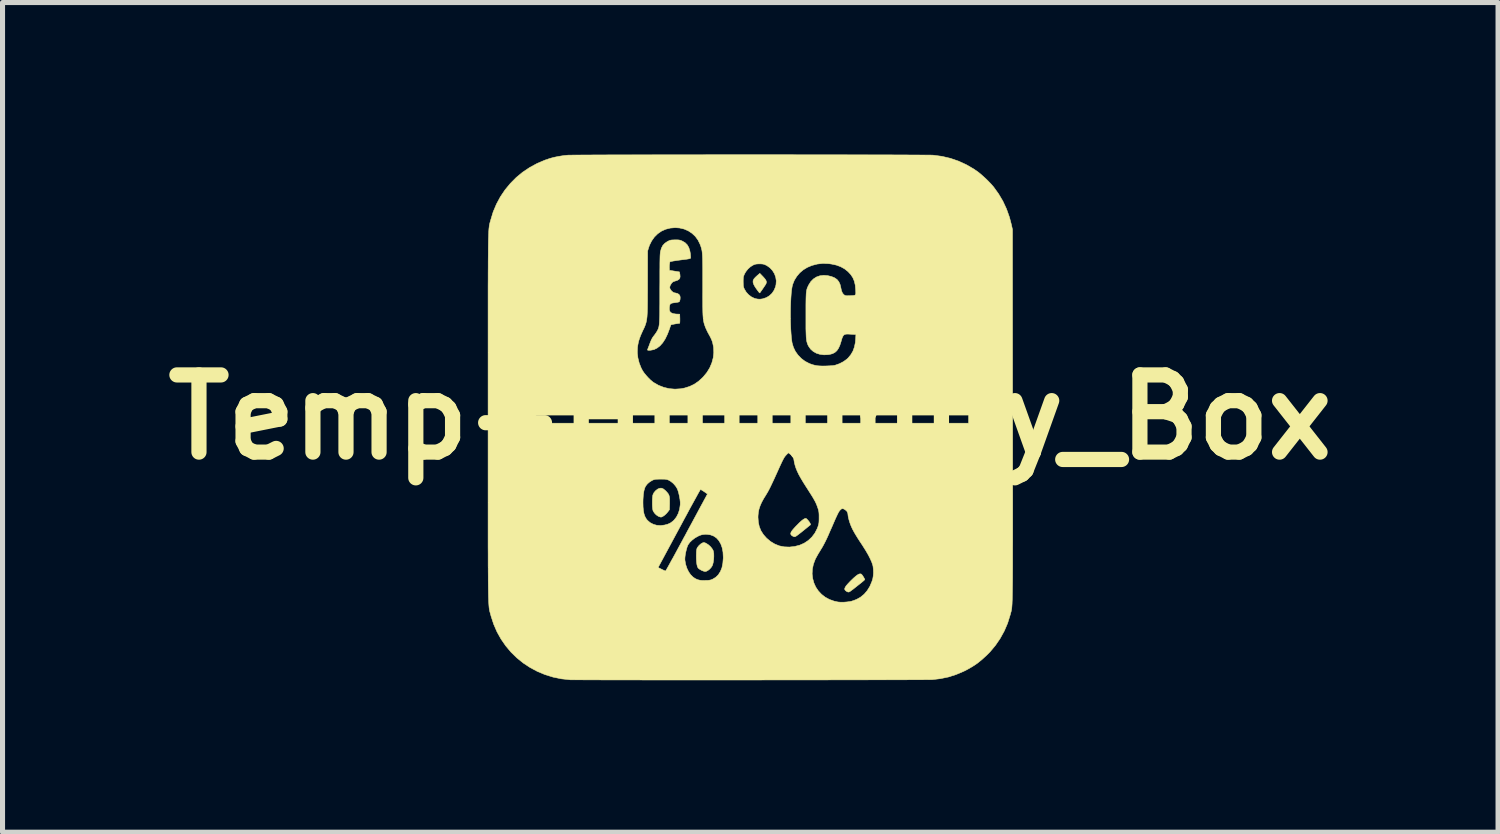
<source format=kicad_pcb>
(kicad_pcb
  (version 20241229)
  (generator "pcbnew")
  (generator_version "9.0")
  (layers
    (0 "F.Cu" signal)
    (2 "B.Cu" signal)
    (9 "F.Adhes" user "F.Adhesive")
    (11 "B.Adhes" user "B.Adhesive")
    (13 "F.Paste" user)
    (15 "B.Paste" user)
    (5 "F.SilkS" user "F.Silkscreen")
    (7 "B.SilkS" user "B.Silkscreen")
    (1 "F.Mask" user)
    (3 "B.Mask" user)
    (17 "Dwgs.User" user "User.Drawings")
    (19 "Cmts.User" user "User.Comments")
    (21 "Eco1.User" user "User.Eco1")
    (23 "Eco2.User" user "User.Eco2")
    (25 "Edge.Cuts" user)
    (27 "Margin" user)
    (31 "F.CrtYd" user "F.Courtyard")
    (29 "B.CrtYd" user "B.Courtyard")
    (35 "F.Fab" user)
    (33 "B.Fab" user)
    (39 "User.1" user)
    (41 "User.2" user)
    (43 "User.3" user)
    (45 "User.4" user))
  (footprint "Temp-Humidity_Box"
    (layer "F.Cu")
    (at 11.764 5.187)
    (property "Reference" "Temp-Humidity_Box" (at 0 0 0) (layer "F.SilkS") (effects (font (size 1.524 1.524) (thickness 0.3))))
    (attr through_hole)
    (fp_poly (pts (xy 0.25 -2.776) (xy 0.284 -2.738) (xy 0.306 -2.707) (xy 0.317 -2.682) (xy 0.318 -2.658) (xy 0.31 -2.634) (xy 0.309 -2.632) (xy 0.299 -2.615) (xy 0.282 -2.589) (xy 0.261 -2.558) (xy 0.238 -2.524) (xy 0.216 -2.493) (xy 0.198 -2.467) (xy 0.187 -2.453) (xy 0.18 -2.457) (xy 0.166 -2.473) (xy 0.147 -2.498) (xy 0.124 -2.53) (xy 0.119 -2.536) (xy 0.085 -2.588) (xy 0.064 -2.63) (xy 0.054 -2.666) (xy 0.056 -2.698) (xy 0.071 -2.729) (xy 0.099 -2.761) (xy 0.139 -2.798) (xy 0.14 -2.799) (xy 0.188 -2.84) (xy 0.25 -2.776)) (stroke (width 0.01) (type solid)) (fill yes) (layer "F.SilkS"))
    (fp_poly (pts (xy 1.109 2.004) (xy 1.126 2.021) (xy 1.146 2.043) (xy 1.165 2.068) (xy 1.18 2.093) (xy 1.189 2.113) (xy 1.189 2.124) (xy 1.189 2.124) (xy 1.173 2.137) (xy 1.147 2.158) (xy 1.114 2.185) (xy 1.077 2.215) (xy 1.037 2.247) (xy 1 2.277) (xy 0.966 2.303) (xy 0.94 2.323) (xy 0.924 2.335) (xy 0.896 2.354) (xy 0.875 2.361) (xy 0.855 2.357) (xy 0.832 2.345) (xy 0.811 2.33) (xy 0.8 2.313) (xy 0.798 2.293) (xy 0.806 2.269) (xy 0.826 2.238) (xy 0.857 2.201) (xy 0.9 2.154) (xy 0.918 2.136) (xy 0.969 2.084) (xy 1.012 2.045) (xy 1.046 2.019) (xy 1.074 2.003) (xy 1.095 1.998) (xy 1.095 1.998) (xy 1.109 2.004)) (stroke (width 0.01) (type solid)) (fill yes) (layer "F.SilkS"))
    (fp_poly (pts (xy 2.19 3.097) (xy 2.191 3.098) (xy 2.203 3.109) (xy 2.219 3.13) (xy 2.235 3.156) (xy 2.25 3.181) (xy 2.259 3.201) (xy 2.261 3.208) (xy 2.254 3.214) (xy 2.237 3.23) (xy 2.211 3.252) (xy 2.178 3.279) (xy 2.141 3.308) (xy 2.102 3.339) (xy 2.064 3.369) (xy 2.029 3.397) (xy 1.998 3.419) (xy 1.976 3.436) (xy 1.952 3.45) (xy 1.933 3.453) (xy 1.911 3.445) (xy 1.898 3.437) (xy 1.878 3.422) (xy 1.866 3.405) (xy 1.864 3.385) (xy 1.873 3.361) (xy 1.892 3.33) (xy 1.924 3.293) (xy 1.967 3.247) (xy 1.989 3.225) (xy 2.041 3.175) (xy 2.084 3.138) (xy 2.119 3.112) (xy 2.147 3.097) (xy 2.171 3.093) (xy 2.19 3.097)) (stroke (width 0.01) (type solid)) (fill yes) (layer "F.SilkS"))
    (fp_poly (pts (xy -1.75 1.402) (xy -1.717 1.416) (xy -1.682 1.444) (xy -1.664 1.461) (xy -1.638 1.49) (xy -1.618 1.516) (xy -1.605 1.543) (xy -1.597 1.575) (xy -1.593 1.615) (xy -1.593 1.667) (xy -1.593 1.703) (xy -1.596 1.826) (xy -1.633 1.875) (xy -1.661 1.907) (xy -1.693 1.936) (xy -1.725 1.958) (xy -1.753 1.971) (xy -1.765 1.973) (xy -1.783 1.969) (xy -1.808 1.96) (xy -1.818 1.955) (xy -1.858 1.928) (xy -1.893 1.891) (xy -1.918 1.851) (xy -1.923 1.836) (xy -1.928 1.809) (xy -1.932 1.77) (xy -1.934 1.723) (xy -1.934 1.672) (xy -1.933 1.623) (xy -1.93 1.579) (xy -1.926 1.546) (xy -1.923 1.534) (xy -1.904 1.493) (xy -1.872 1.454) (xy -1.832 1.422) (xy -1.815 1.413) (xy -1.781 1.402) (xy -1.75 1.402)) (stroke (width 0.01) (type solid)) (fill yes) (layer "F.SilkS"))
    (fp_poly (pts (xy -0.91 2.476) (xy -0.89 2.482) (xy -0.868 2.493) (xy -0.829 2.518) (xy -0.791 2.551) (xy -0.759 2.589) (xy -0.736 2.626) (xy -0.729 2.646) (xy -0.721 2.693) (xy -0.72 2.749) (xy -0.723 2.807) (xy -0.731 2.864) (xy -0.743 2.912) (xy -0.754 2.938) (xy -0.774 2.968) (xy -0.801 2.998) (xy -0.832 3.023) (xy -0.862 3.04) (xy -0.888 3.047) (xy -0.892 3.047) (xy -0.907 3.044) (xy -0.923 3.04) (xy -0.959 3.026) (xy -0.993 3.007) (xy -1.021 2.987) (xy -1.031 2.976) (xy -1.044 2.951) (xy -1.054 2.911) (xy -1.061 2.86) (xy -1.065 2.799) (xy -1.066 2.731) (xy -1.065 2.709) (xy -1.064 2.663) (xy -1.061 2.63) (xy -1.057 2.606) (xy -1.052 2.589) (xy -1.044 2.573) (xy -1.043 2.572) (xy -1.013 2.534) (xy -0.976 2.501) (xy -0.941 2.481) (xy -0.925 2.476) (xy -0.91 2.476)) (stroke (width 0.01) (type solid)) (fill yes) (layer "F.SilkS"))
    (fp_poly (pts (xy -1.44 -3.501) (xy -1.409 -3.499) (xy -1.385 -3.494) (xy -1.362 -3.486) (xy -1.34 -3.476) (xy -1.287 -3.445) (xy -1.245 -3.403) (xy -1.214 -3.349) (xy -1.193 -3.283) (xy -1.183 -3.228) (xy -1.18 -3.193) (xy -1.178 -3.163) (xy -1.178 -3.144) (xy -1.179 -3.14) (xy -1.185 -3.135) (xy -1.2 -3.13) (xy -1.227 -3.124) (xy -1.266 -3.118) (xy -1.319 -3.111) (xy -1.339 -3.109) (xy -1.392 -3.102) (xy -1.443 -3.095) (xy -1.488 -3.088) (xy -1.522 -3.083) (xy -1.541 -3.079) (xy -1.587 -3.069) (xy -1.594 -3.028) (xy -1.598 -2.992) (xy -1.599 -2.954) (xy -1.598 -2.943) (xy -1.596 -2.9) (xy -1.497 -2.884) (xy -1.398 -2.868) (xy -1.389 -2.817) (xy -1.386 -2.777) (xy -1.391 -2.746) (xy -1.408 -2.722) (xy -1.438 -2.703) (xy -1.483 -2.688) (xy -1.497 -2.684) (xy -1.526 -2.672) (xy -1.55 -2.651) (xy -1.558 -2.64) (xy -1.582 -2.6) (xy -1.591 -2.565) (xy -1.584 -2.533) (xy -1.562 -2.501) (xy -1.551 -2.489) (xy -1.524 -2.467) (xy -1.496 -2.455) (xy -1.479 -2.453) (xy -1.436 -2.442) (xy -1.407 -2.423) (xy -1.389 -2.394) (xy -1.388 -2.392) (xy -1.384 -2.359) (xy -1.387 -2.321) (xy -1.397 -2.288) (xy -1.398 -2.285) (xy -1.407 -2.277) (xy -1.426 -2.271) (xy -1.459 -2.265) (xy -1.489 -2.261) (xy -1.532 -2.255) (xy -1.56 -2.247) (xy -1.579 -2.235) (xy -1.589 -2.216) (xy -1.595 -2.186) (xy -1.598 -2.157) (xy -1.597 -2.115) (xy -1.585 -2.083) (xy -1.56 -2.06) (xy -1.522 -2.045) (xy -1.47 -2.037) (xy -1.452 -2.036) (xy -1.393 -2.034) (xy -1.39 -1.944) (xy -1.39 -1.907) (xy -1.391 -1.878) (xy -1.393 -1.859) (xy -1.395 -1.854) (xy -1.413 -1.852) (xy -1.441 -1.848) (xy -1.474 -1.843) (xy -1.507 -1.837) (xy -1.537 -1.831) (xy -1.558 -1.826) (xy -1.566 -1.823) (xy -1.571 -1.812) (xy -1.58 -1.79) (xy -1.59 -1.759) (xy -1.595 -1.744) (xy -1.635 -1.639) (xy -1.679 -1.547) (xy -1.728 -1.471) (xy -1.782 -1.41) (xy -1.84 -1.365) (xy -1.901 -1.335) (xy -1.966 -1.322) (xy -1.987 -1.321) (xy -2.013 -1.321) (xy -2.027 -1.324) (xy -2.03 -1.33) (xy -2.028 -1.336) (xy -2.023 -1.349) (xy -2.013 -1.375) (xy -2 -1.408) (xy -1.99 -1.436) (xy -1.972 -1.483) (xy -1.957 -1.519) (xy -1.943 -1.547) (xy -1.929 -1.572) (xy -1.912 -1.596) (xy -1.892 -1.621) (xy -1.869 -1.653) (xy -1.847 -1.687) (xy -1.831 -1.714) (xy -1.824 -1.73) (xy -1.817 -1.745) (xy -1.811 -1.762) (xy -1.806 -1.781) (xy -1.802 -1.803) (xy -1.798 -1.83) (xy -1.795 -1.863) (xy -1.793 -1.903) (xy -1.791 -1.951) (xy -1.789 -2.008) (xy -1.788 -2.076) (xy -1.788 -2.156) (xy -1.787 -2.248) (xy -1.787 -2.354) (xy -1.787 -2.475) (xy -1.787 -2.548) (xy -1.786 -2.676) (xy -1.786 -2.787) (xy -1.786 -2.883) (xy -1.785 -2.966) (xy -1.785 -3.037) (xy -1.784 -3.095) (xy -1.783 -3.144) (xy -1.782 -3.183) (xy -1.78 -3.215) (xy -1.778 -3.239) (xy -1.776 -3.257) (xy -1.774 -3.27) (xy -1.755 -3.337) (xy -1.727 -3.391) (xy -1.688 -3.433) (xy -1.639 -3.467) (xy -1.627 -3.473) (xy -1.601 -3.486) (xy -1.579 -3.494) (xy -1.556 -3.498) (xy -1.528 -3.5) (xy -1.489 -3.501) (xy -1.482 -3.501) (xy -1.44 -3.501)) (stroke (width 0.01) (type solid)) (fill yes) (layer "F.SilkS"))
    (fp_poly (pts (xy 0.31 -5.182) (xy 0.525 -5.182) (xy 0.739 -5.182) (xy 0.95 -5.181) (xy 1.158 -5.181) (xy 1.362 -5.181) (xy 1.562 -5.181) (xy 1.756 -5.181) (xy 1.945 -5.18) (xy 2.127 -5.18) (xy 2.303 -5.18) (xy 2.47 -5.179) (xy 2.629 -5.179) (xy 2.778 -5.179) (xy 2.918 -5.178) (xy 3.047 -5.178) (xy 3.164 -5.177) (xy 3.27 -5.177) (xy 3.363 -5.176) (xy 3.443 -5.176) (xy 3.508 -5.175) (xy 3.559 -5.175) (xy 3.594 -5.174) (xy 3.614 -5.173) (xy 3.615 -5.173) (xy 3.785 -5.15) (xy 3.951 -5.111) (xy 4.111 -5.056) (xy 4.264 -4.986) (xy 4.411 -4.901) (xy 4.503 -4.837) (xy 4.547 -4.801) (xy 4.598 -4.756) (xy 4.653 -4.706) (xy 4.706 -4.653) (xy 4.755 -4.602) (xy 4.795 -4.556) (xy 4.803 -4.547) (xy 4.901 -4.411) (xy 4.987 -4.266) (xy 5.059 -4.111) (xy 5.117 -3.948) (xy 5.154 -3.807) (xy 5.177 -3.704) (xy 5.179 -0.042) (xy 5.18 0.258) (xy 5.18 0.542) (xy 5.18 0.81) (xy 5.18 1.063) (xy 5.18 1.301) (xy 5.181 1.524) (xy 5.181 1.733) (xy 5.181 1.928) (xy 5.181 2.111) (xy 5.181 2.281) (xy 5.181 2.438) (xy 5.18 2.585) (xy 5.18 2.72) (xy 5.18 2.844) (xy 5.18 2.958) (xy 5.179 3.063) (xy 5.179 3.158) (xy 5.178 3.245) (xy 5.177 3.323) (xy 5.176 3.394) (xy 5.175 3.457) (xy 5.174 3.513) (xy 5.173 3.564) (xy 5.172 3.608) (xy 5.17 3.647) (xy 5.169 3.681) (xy 5.167 3.711) (xy 5.165 3.737) (xy 5.163 3.76) (xy 5.161 3.779) (xy 5.158 3.796) (xy 5.155 3.812) (xy 5.153 3.825) (xy 5.15 3.838) (xy 5.146 3.85) (xy 5.143 3.863) (xy 5.139 3.875) (xy 5.136 3.889) (xy 5.132 3.904) (xy 5.131 3.906) (xy 5.081 4.067) (xy 5.015 4.221) (xy 4.934 4.368) (xy 4.839 4.507) (xy 4.73 4.637) (xy 4.664 4.703) (xy 4.573 4.786) (xy 4.484 4.858) (xy 4.39 4.921) (xy 4.288 4.98) (xy 4.215 5.017) (xy 4.064 5.081) (xy 3.911 5.13) (xy 3.752 5.163) (xy 3.598 5.181) (xy 3.584 5.182) (xy 3.553 5.182) (xy 3.507 5.183) (xy 3.445 5.183) (xy 3.37 5.184) (xy 3.281 5.184) (xy 3.179 5.184) (xy 3.065 5.185) (xy 2.94 5.185) (xy 2.804 5.185) (xy 2.658 5.186) (xy 2.502 5.186) (xy 2.338 5.186) (xy 2.166 5.187) (xy 1.987 5.187) (xy 1.8 5.187) (xy 1.608 5.187) (xy 1.411 5.188) (xy 1.209 5.188) (xy 1.004 5.188) (xy 0.795 5.188) (xy 0.583 5.188) (xy 0.37 5.188) (xy 0.156 5.189) (xy -0.059 5.189) (xy -0.274 5.189) (xy -0.487 5.189) (xy -0.699 5.189) (xy -0.909 5.189) (xy -1.116 5.189) (xy -1.319 5.189) (xy -1.517 5.189) (xy -1.711 5.189) (xy -1.899 5.189) (xy -2.08 5.189) (xy -2.254 5.188) (xy -2.421 5.188) (xy -2.579 5.188) (xy -2.727 5.188) (xy -2.866 5.188) (xy -2.994 5.187) (xy -3.112 5.187) (xy -3.217 5.187) (xy -3.309 5.186) (xy -3.388 5.186) (xy -3.454 5.186) (xy -3.504 5.185) (xy -3.539 5.185) (xy -3.558 5.185) (xy -3.56 5.184) (xy -3.73 5.166) (xy -3.894 5.132) (xy -4.053 5.083) (xy -4.204 5.02) (xy -4.348 4.943) (xy -4.483 4.854) (xy -4.608 4.753) (xy -4.724 4.64) (xy -4.828 4.516) (xy -4.921 4.382) (xy -5.001 4.239) (xy -5.067 4.087) (xy -5.119 3.927) (xy -5.126 3.9) (xy -5.131 3.884) (xy -5.134 3.87) (xy -5.138 3.857) (xy -5.142 3.844) (xy -5.145 3.831) (xy -5.148 3.818) (xy -5.151 3.804) (xy -5.153 3.788) (xy -5.156 3.77) (xy -5.158 3.75) (xy -5.16 3.727) (xy -5.162 3.701) (xy -5.164 3.671) (xy -5.166 3.636) (xy -5.167 3.596) (xy -5.169 3.551) (xy -5.17 3.501) (xy -5.171 3.444) (xy -5.172 3.38) (xy -5.173 3.308) (xy -5.174 3.229) (xy -5.174 3.142) (xy -5.175 3.046) (xy -5.175 2.968) (xy -1.82 2.968) (xy -1.75 3.003) (xy -1.719 3.018) (xy -1.693 3.03) (xy -1.676 3.036) (xy -1.672 3.036) (xy -1.667 3.029) (xy -1.654 3.007) (xy -1.635 2.973) (xy -1.609 2.927) (xy -1.578 2.87) (xy -1.544 2.808) (xy -1.292 2.808) (xy -1.291 2.821) (xy -1.277 2.904) (xy -1.252 2.982) (xy -1.218 3.052) (xy -1.177 3.111) (xy -1.129 3.158) (xy -1.088 3.186) (xy -1.052 3.203) (xy -1.018 3.214) (xy -0.983 3.221) (xy -0.941 3.224) (xy -0.889 3.223) (xy -0.844 3.222) (xy -0.811 3.219) (xy -0.785 3.214) (xy -0.762 3.206) (xy -0.743 3.198) (xy -0.682 3.161) (xy -0.631 3.111) (xy -0.62 3.094) (xy 1.221 3.094) (xy 1.232 3.185) (xy 1.256 3.273) (xy 1.293 3.355) (xy 1.343 3.429) (xy 1.405 3.496) (xy 1.478 3.553) (xy 1.562 3.599) (xy 1.655 3.632) (xy 1.732 3.649) (xy 1.783 3.653) (xy 1.843 3.653) (xy 1.907 3.648) (xy 1.968 3.64) (xy 2.004 3.632) (xy 2.093 3.6) (xy 2.175 3.555) (xy 2.247 3.496) (xy 2.309 3.424) (xy 2.361 3.34) (xy 2.401 3.245) (xy 2.418 3.192) (xy 2.427 3.138) (xy 2.432 3.075) (xy 2.43 3.009) (xy 2.424 2.949) (xy 2.418 2.921) (xy 2.399 2.865) (xy 2.369 2.797) (xy 2.33 2.72) (xy 2.28 2.634) (xy 2.222 2.542) (xy 2.212 2.526) (xy 2.16 2.448) (xy 2.117 2.381) (xy 2.082 2.324) (xy 2.053 2.275) (xy 2.029 2.231) (xy 2.009 2.191) (xy 1.995 2.16) (xy 1.978 2.119) (xy 1.962 2.073) (xy 1.948 2.026) (xy 1.938 1.984) (xy 1.931 1.951) (xy 1.93 1.937) (xy 1.924 1.892) (xy 1.905 1.855) (xy 1.873 1.828) (xy 1.843 1.811) (xy 1.821 1.805) (xy 1.802 1.81) (xy 1.782 1.827) (xy 1.778 1.83) (xy 1.768 1.841) (xy 1.757 1.855) (xy 1.746 1.872) (xy 1.734 1.894) (xy 1.719 1.924) (xy 1.701 1.962) (xy 1.679 2.01) (xy 1.653 2.07) (xy 1.621 2.144) (xy 1.609 2.172) (xy 1.571 2.257) (xy 1.54 2.329) (xy 1.512 2.391) (xy 1.487 2.443) (xy 1.463 2.49) (xy 1.44 2.533) (xy 1.417 2.574) (xy 1.391 2.616) (xy 1.374 2.645) (xy 1.347 2.688) (xy 1.322 2.732) (xy 1.3 2.772) (xy 1.283 2.804) (xy 1.282 2.807) (xy 1.246 2.903) (xy 1.226 2.999) (xy 1.221 3.094) (xy -0.62 3.094) (xy -0.59 3.047) (xy -0.56 2.972) (xy -0.542 2.884) (xy -0.534 2.784) (xy -0.534 2.762) (xy -0.539 2.664) (xy -0.556 2.576) (xy -0.583 2.501) (xy -0.621 2.437) (xy -0.667 2.385) (xy -0.723 2.347) (xy -0.787 2.323) (xy -0.859 2.313) (xy -0.901 2.314) (xy -0.939 2.318) (xy -0.971 2.325) (xy -1.004 2.337) (xy -1.036 2.352) (xy -1.095 2.386) (xy -1.148 2.427) (xy -1.193 2.47) (xy -1.225 2.514) (xy -1.232 2.526) (xy -1.247 2.563) (xy -1.261 2.611) (xy -1.274 2.664) (xy -1.284 2.718) (xy -1.29 2.768) (xy -1.292 2.808) (xy -1.544 2.808) (xy -1.541 2.804) (xy -1.5 2.729) (xy -1.455 2.646) (xy -1.407 2.557) (xy -1.356 2.463) (xy -1.303 2.364) (xy -1.301 2.362) (xy -1.247 2.26) (xy -1.194 2.162) (xy -1.143 2.068) (xy -1.095 1.978) (xy -1.094 1.977) (xy 0.152 1.977) (xy 0.159 2.074) (xy 0.178 2.162) (xy 0.211 2.243) (xy 0.259 2.318) (xy 0.321 2.388) (xy 0.399 2.454) (xy 0.484 2.505) (xy 0.574 2.541) (xy 0.671 2.56) (xy 0.773 2.564) (xy 0.877 2.552) (xy 0.975 2.527) (xy 1.065 2.487) (xy 1.145 2.434) (xy 1.215 2.368) (xy 1.274 2.291) (xy 1.32 2.202) (xy 1.335 2.163) (xy 1.344 2.133) (xy 1.351 2.108) (xy 1.355 2.082) (xy 1.357 2.05) (xy 1.358 2.009) (xy 1.358 1.981) (xy 1.358 1.932) (xy 1.356 1.895) (xy 1.353 1.866) (xy 1.347 1.838) (xy 1.339 1.809) (xy 1.334 1.795) (xy 1.322 1.76) (xy 1.31 1.728) (xy 1.296 1.696) (xy 1.28 1.663) (xy 1.26 1.627) (xy 1.236 1.585) (xy 1.205 1.535) (xy 1.168 1.477) (xy 1.123 1.406) (xy 1.108 1.383) (xy 1.049 1.29) (xy 1 1.208) (xy 0.959 1.135) (xy 0.927 1.068) (xy 0.902 1.007) (xy 0.883 0.948) (xy 0.869 0.89) (xy 0.863 0.855) (xy 0.858 0.823) (xy 0.852 0.797) (xy 0.848 0.782) (xy 0.848 0.781) (xy 0.838 0.771) (xy 0.82 0.755) (xy 0.797 0.737) (xy 0.751 0.703) (xy 0.707 0.749) (xy 0.691 0.767) (xy 0.675 0.788) (xy 0.66 0.813) (xy 0.643 0.845) (xy 0.622 0.887) (xy 0.597 0.941) (xy 0.593 0.949) (xy 0.547 1.051) (xy 0.507 1.139) (xy 0.473 1.214) (xy 0.443 1.278) (xy 0.418 1.331) (xy 0.396 1.377) (xy 0.377 1.415) (xy 0.36 1.447) (xy 0.345 1.475) (xy 0.33 1.5) (xy 0.316 1.523) (xy 0.313 1.529) (xy 0.262 1.611) (xy 0.222 1.685) (xy 0.193 1.752) (xy 0.172 1.816) (xy 0.159 1.879) (xy 0.153 1.944) (xy 0.152 1.977) (xy -1.094 1.977) (xy -1.05 1.895) (xy -1.01 1.82) (xy -0.974 1.753) (xy -0.943 1.697) (xy -0.919 1.652) (xy -0.902 1.62) (xy -0.892 1.603) (xy -0.846 1.516) (xy -0.91 1.471) (xy -0.939 1.452) (xy -0.964 1.437) (xy -0.979 1.428) (xy -0.983 1.427) (xy -0.988 1.434) (xy -1 1.455) (xy -1.02 1.489) (xy -1.046 1.536) (xy -1.077 1.593) (xy -1.114 1.66) (xy -1.156 1.736) (xy -1.202 1.82) (xy -1.251 1.912) (xy -1.304 2.009) (xy -1.359 2.112) (xy -1.405 2.197) (xy -1.82 2.968) (xy -5.175 2.968) (xy -5.176 2.94) (xy -5.176 2.825) (xy -5.176 2.7) (xy -5.177 2.564) (xy -5.177 2.416) (xy -5.177 2.257) (xy -5.177 2.086) (xy -5.177 1.902) (xy -5.177 1.705) (xy -5.177 1.685) (xy -2.119 1.685) (xy -2.117 1.773) (xy -2.11 1.847) (xy -2.098 1.909) (xy -2.08 1.961) (xy -2.056 2.004) (xy -2.032 2.035) (xy -1.978 2.082) (xy -1.914 2.115) (xy -1.844 2.135) (xy -1.767 2.139) (xy -1.69 2.129) (xy -1.628 2.112) (xy -1.576 2.088) (xy -1.53 2.054) (xy -1.506 2.032) (xy -1.459 1.973) (xy -1.422 1.901) (xy -1.396 1.819) (xy -1.383 1.726) (xy -1.383 1.723) (xy -1.383 1.677) (xy -1.389 1.621) (xy -1.4 1.56) (xy -1.413 1.501) (xy -1.429 1.447) (xy -1.444 1.409) (xy -1.476 1.358) (xy -1.519 1.309) (xy -1.568 1.269) (xy -1.606 1.246) (xy -1.627 1.237) (xy -1.646 1.231) (xy -1.667 1.227) (xy -1.694 1.224) (xy -1.73 1.224) (xy -1.77 1.223) (xy -1.817 1.224) (xy -1.851 1.225) (xy -1.876 1.227) (xy -1.896 1.232) (xy -1.915 1.238) (xy -1.935 1.247) (xy -1.985 1.277) (xy -2.03 1.315) (xy -2.064 1.358) (xy -2.082 1.393) (xy -2.1 1.455) (xy -2.112 1.532) (xy -2.118 1.623) (xy -2.119 1.685) (xy -5.177 1.685) (xy -5.177 1.494) (xy -5.177 1.269) (xy -5.177 1.029) (xy -5.177 0.775) (xy -5.177 0.504) (xy -5.177 0.218) (xy -5.177 0.004) (xy -5.177 -0.042) (xy -4.233 -0.042) (xy -4.233 0.119) (xy 4.31 0.119) (xy 4.31 -0.042) (xy -4.233 -0.042) (xy -5.177 -0.042) (xy -5.177 -0.294) (xy -5.177 -0.576) (xy -5.177 -0.841) (xy -5.177 -1.092) (xy -5.177 -1.275) (xy -2.231 -1.275) (xy -2.219 -1.171) (xy -2.193 -1.068) (xy -2.154 -0.97) (xy -2.127 -0.919) (xy -2.098 -0.876) (xy -2.059 -0.828) (xy -2.016 -0.78) (xy -1.972 -0.736) (xy -1.93 -0.701) (xy -1.912 -0.687) (xy -1.813 -0.63) (xy -1.708 -0.589) (xy -1.599 -0.563) (xy -1.487 -0.554) (xy -1.374 -0.561) (xy -1.296 -0.576) (xy -1.198 -0.607) (xy -1.108 -0.65) (xy -1.023 -0.708) (xy -0.942 -0.782) (xy -0.926 -0.799) (xy -0.856 -0.884) (xy -0.8 -0.976) (xy -0.759 -1.073) (xy -0.732 -1.173) (xy -0.721 -1.275) (xy -0.725 -1.376) (xy -0.732 -1.415) (xy -0.742 -1.463) (xy -0.754 -1.504) (xy -0.77 -1.543) (xy -0.791 -1.587) (xy -0.819 -1.638) (xy -0.842 -1.68) (xy -0.864 -1.726) (xy -0.883 -1.768) (xy -0.891 -1.789) (xy -0.9 -1.815) (xy -0.908 -1.839) (xy -0.915 -1.863) (xy -0.92 -1.888) (xy -0.925 -1.915) (xy -0.929 -1.946) (xy -0.932 -1.981) (xy -0.935 -2.023) (xy -0.936 -2.053) (xy 0.793 -2.053) (xy 0.793 -1.947) (xy 0.795 -1.843) (xy 0.799 -1.742) (xy 0.805 -1.649) (xy 0.812 -1.566) (xy 0.821 -1.495) (xy 0.826 -1.465) (xy 0.851 -1.38) (xy 0.89 -1.299) (xy 0.943 -1.225) (xy 1.007 -1.159) (xy 1.08 -1.104) (xy 1.161 -1.062) (xy 1.178 -1.055) (xy 1.228 -1.037) (xy 1.274 -1.025) (xy 1.321 -1.016) (xy 1.371 -1.012) (xy 1.431 -1.01) (xy 1.49 -1.011) (xy 1.565 -1.014) (xy 1.623 -1.018) (xy 1.666 -1.024) (xy 1.681 -1.028) (xy 1.76 -1.056) (xy 1.836 -1.095) (xy 1.902 -1.142) (xy 1.93 -1.167) (xy 1.984 -1.232) (xy 2.026 -1.303) (xy 2.055 -1.383) (xy 2.074 -1.473) (xy 2.08 -1.542) (xy 2.085 -1.632) (xy 1.982 -1.638) (xy 1.931 -1.641) (xy 1.893 -1.64) (xy 1.864 -1.633) (xy 1.843 -1.619) (xy 1.827 -1.595) (xy 1.812 -1.56) (xy 1.797 -1.511) (xy 1.792 -1.492) (xy 1.768 -1.418) (xy 1.74 -1.358) (xy 1.709 -1.313) (xy 1.671 -1.279) (xy 1.625 -1.255) (xy 1.57 -1.24) (xy 1.54 -1.235) (xy 1.455 -1.231) (xy 1.376 -1.241) (xy 1.305 -1.263) (xy 1.243 -1.298) (xy 1.191 -1.344) (xy 1.151 -1.401) (xy 1.142 -1.417) (xy 1.133 -1.439) (xy 1.125 -1.461) (xy 1.118 -1.484) (xy 1.112 -1.511) (xy 1.108 -1.543) (xy 1.104 -1.581) (xy 1.102 -1.627) (xy 1.1 -1.682) (xy 1.098 -1.748) (xy 1.098 -1.827) (xy 1.098 -1.919) (xy 1.098 -2.027) (xy 1.098 -2.028) (xy 1.098 -2.13) (xy 1.098 -2.216) (xy 1.099 -2.289) (xy 1.1 -2.35) (xy 1.102 -2.4) (xy 1.104 -2.442) (xy 1.108 -2.476) (xy 1.112 -2.504) (xy 1.118 -2.528) (xy 1.125 -2.55) (xy 1.134 -2.571) (xy 1.144 -2.592) (xy 1.152 -2.609) (xy 1.194 -2.676) (xy 1.246 -2.729) (xy 1.306 -2.768) (xy 1.374 -2.792) (xy 1.449 -2.801) (xy 1.528 -2.795) (xy 1.603 -2.777) (xy 1.664 -2.752) (xy 1.712 -2.719) (xy 1.747 -2.676) (xy 1.772 -2.623) (xy 1.787 -2.561) (xy 1.8 -2.5) (xy 1.819 -2.453) (xy 1.844 -2.421) (xy 1.856 -2.413) (xy 1.871 -2.404) (xy 1.887 -2.4) (xy 1.908 -2.397) (xy 1.938 -2.398) (xy 1.968 -2.399) (xy 2.015 -2.401) (xy 2.047 -2.404) (xy 2.068 -2.41) (xy 2.078 -2.423) (xy 2.083 -2.445) (xy 2.082 -2.479) (xy 2.08 -2.518) (xy 2.072 -2.608) (xy 2.054 -2.685) (xy 2.025 -2.754) (xy 1.984 -2.816) (xy 1.93 -2.874) (xy 1.928 -2.876) (xy 1.861 -2.929) (xy 1.785 -2.971) (xy 1.699 -3.003) (xy 1.601 -3.024) (xy 1.549 -3.031) (xy 1.434 -3.036) (xy 1.324 -3.024) (xy 1.217 -2.996) (xy 1.126 -2.958) (xy 1.047 -2.91) (xy 0.977 -2.851) (xy 0.918 -2.781) (xy 0.87 -2.704) (xy 0.837 -2.622) (xy 0.826 -2.578) (xy 0.816 -2.517) (xy 0.808 -2.442) (xy 0.802 -2.356) (xy 0.797 -2.26) (xy 0.794 -2.159) (xy 0.793 -2.053) (xy -0.936 -2.053) (xy -0.937 -2.073) (xy -0.938 -2.132) (xy -0.939 -2.2) (xy -0.939 -2.281) (xy -0.94 -2.374) (xy -0.939 -2.482) (xy -0.939 -2.599) (xy -0.939 -2.675) (xy -0.14 -2.675) (xy -0.139 -2.632) (xy -0.138 -2.6) (xy -0.134 -2.576) (xy -0.128 -2.555) (xy -0.118 -2.533) (xy -0.117 -2.53) (xy -0.081 -2.47) (xy -0.034 -2.418) (xy 0.021 -2.376) (xy 0.081 -2.347) (xy 0.105 -2.34) (xy 0.152 -2.331) (xy 0.194 -2.33) (xy 0.24 -2.336) (xy 0.247 -2.338) (xy 0.317 -2.361) (xy 0.378 -2.398) (xy 0.43 -2.447) (xy 0.47 -2.507) (xy 0.499 -2.577) (xy 0.508 -2.619) (xy 0.513 -2.692) (xy 0.502 -2.764) (xy 0.477 -2.833) (xy 0.438 -2.896) (xy 0.389 -2.949) (xy 0.329 -2.992) (xy 0.315 -2.999) (xy 0.285 -3.013) (xy 0.261 -3.021) (xy 0.236 -3.025) (xy 0.203 -3.027) (xy 0.182 -3.027) (xy 0.142 -3.026) (xy 0.112 -3.023) (xy 0.087 -3.016) (xy 0.06 -3.005) (xy 0.057 -3.004) (xy 0.004 -2.971) (xy -0.046 -2.926) (xy -0.088 -2.873) (xy -0.113 -2.83) (xy -0.124 -2.804) (xy -0.132 -2.783) (xy -0.137 -2.761) (xy -0.139 -2.733) (xy -0.14 -2.696) (xy -0.14 -2.675) (xy -0.939 -2.675) (xy -0.939 -2.722) (xy -0.939 -2.83) (xy -0.939 -2.923) (xy -0.94 -3.003) (xy -0.941 -3.072) (xy -0.942 -3.131) (xy -0.944 -3.18) (xy -0.947 -3.222) (xy -0.95 -3.257) (xy -0.954 -3.288) (xy -0.96 -3.314) (xy -0.966 -3.339) (xy -0.973 -3.362) (xy -0.981 -3.386) (xy -0.991 -3.411) (xy -0.991 -3.413) (xy -1.032 -3.496) (xy -1.085 -3.569) (xy -1.15 -3.63) (xy -1.224 -3.679) (xy -1.307 -3.715) (xy -1.397 -3.736) (xy -1.482 -3.742) (xy -1.579 -3.734) (xy -1.67 -3.711) (xy -1.753 -3.674) (xy -1.828 -3.622) (xy -1.893 -3.558) (xy -1.947 -3.482) (xy -1.991 -3.394) (xy -2.008 -3.344) (xy -2.027 -3.281) (xy -2.028 -2.646) (xy -2.028 -2.517) (xy -2.029 -2.405) (xy -2.029 -2.306) (xy -2.03 -2.221) (xy -2.031 -2.147) (xy -2.033 -2.083) (xy -2.036 -2.028) (xy -2.039 -1.981) (xy -2.044 -1.94) (xy -2.05 -1.904) (xy -2.057 -1.871) (xy -2.066 -1.841) (xy -2.076 -1.812) (xy -2.088 -1.782) (xy -2.102 -1.751) (xy -2.119 -1.717) (xy -2.13 -1.693) (xy -2.164 -1.617) (xy -2.189 -1.55) (xy -2.208 -1.488) (xy -2.22 -1.425) (xy -2.227 -1.376) (xy -2.231 -1.275) (xy -5.177 -1.275) (xy -5.177 -1.327) (xy -5.177 -1.548) (xy -5.177 -1.755) (xy -5.177 -1.948) (xy -5.177 -2.128) (xy -5.177 -2.296) (xy -5.177 -2.451) (xy -5.177 -2.595) (xy -5.176 -2.728) (xy -5.176 -2.851) (xy -5.175 -2.963) (xy -5.175 -3.066) (xy -5.174 -3.159) (xy -5.173 -3.244) (xy -5.173 -3.321) (xy -5.172 -3.39) (xy -5.171 -3.452) (xy -5.17 -3.507) (xy -5.168 -3.556) (xy -5.167 -3.6) (xy -5.165 -3.638) (xy -5.164 -3.671) (xy -5.162 -3.7) (xy -5.16 -3.726) (xy -5.157 -3.748) (xy -5.155 -3.767) (xy -5.153 -3.784) (xy -5.15 -3.799) (xy -5.147 -3.813) (xy -5.144 -3.826) (xy -5.141 -3.839) (xy -5.137 -3.852) (xy -5.133 -3.865) (xy -5.129 -3.88) (xy -5.126 -3.891) (xy -5.077 -4.053) (xy -5.012 -4.207) (xy -4.934 -4.352) (xy -4.842 -4.489) (xy -4.737 -4.616) (xy -4.621 -4.733) (xy -4.494 -4.838) (xy -4.356 -4.93) (xy -4.209 -5.01) (xy -4.054 -5.076) (xy -3.95 -5.111) (xy -3.87 -5.132) (xy -3.78 -5.15) (xy -3.685 -5.165) (xy -3.607 -5.173) (xy -3.59 -5.174) (xy -3.558 -5.174) (xy -3.509 -5.175) (xy -3.446 -5.176) (xy -3.369 -5.176) (xy -3.278 -5.177) (xy -3.174 -5.177) (xy -3.059 -5.178) (xy -2.931 -5.178) (xy -2.794 -5.179) (xy -2.646 -5.179) (xy -2.488 -5.179) (xy -2.322 -5.18) (xy -2.148 -5.18) (xy -1.967 -5.18) (xy -1.779 -5.181) (xy -1.586 -5.181) (xy -1.387 -5.181) (xy -1.183 -5.181) (xy -0.976 -5.181) (xy -0.765 -5.182) (xy -0.552 -5.182) (xy -0.338 -5.182) (xy -0.122 -5.182) (xy 0.094 -5.182) (xy 0.31 -5.182)) (stroke (width 0.01) (type solid)) (fill yes) (layer "F.SilkS")))
  (gr_rect
    (start -3 -3)
    (end 26.528 13.381)
    (stroke (width 0.1) (type default))
    (fill no)
    (layer "Edge.Cuts")))
</source>
